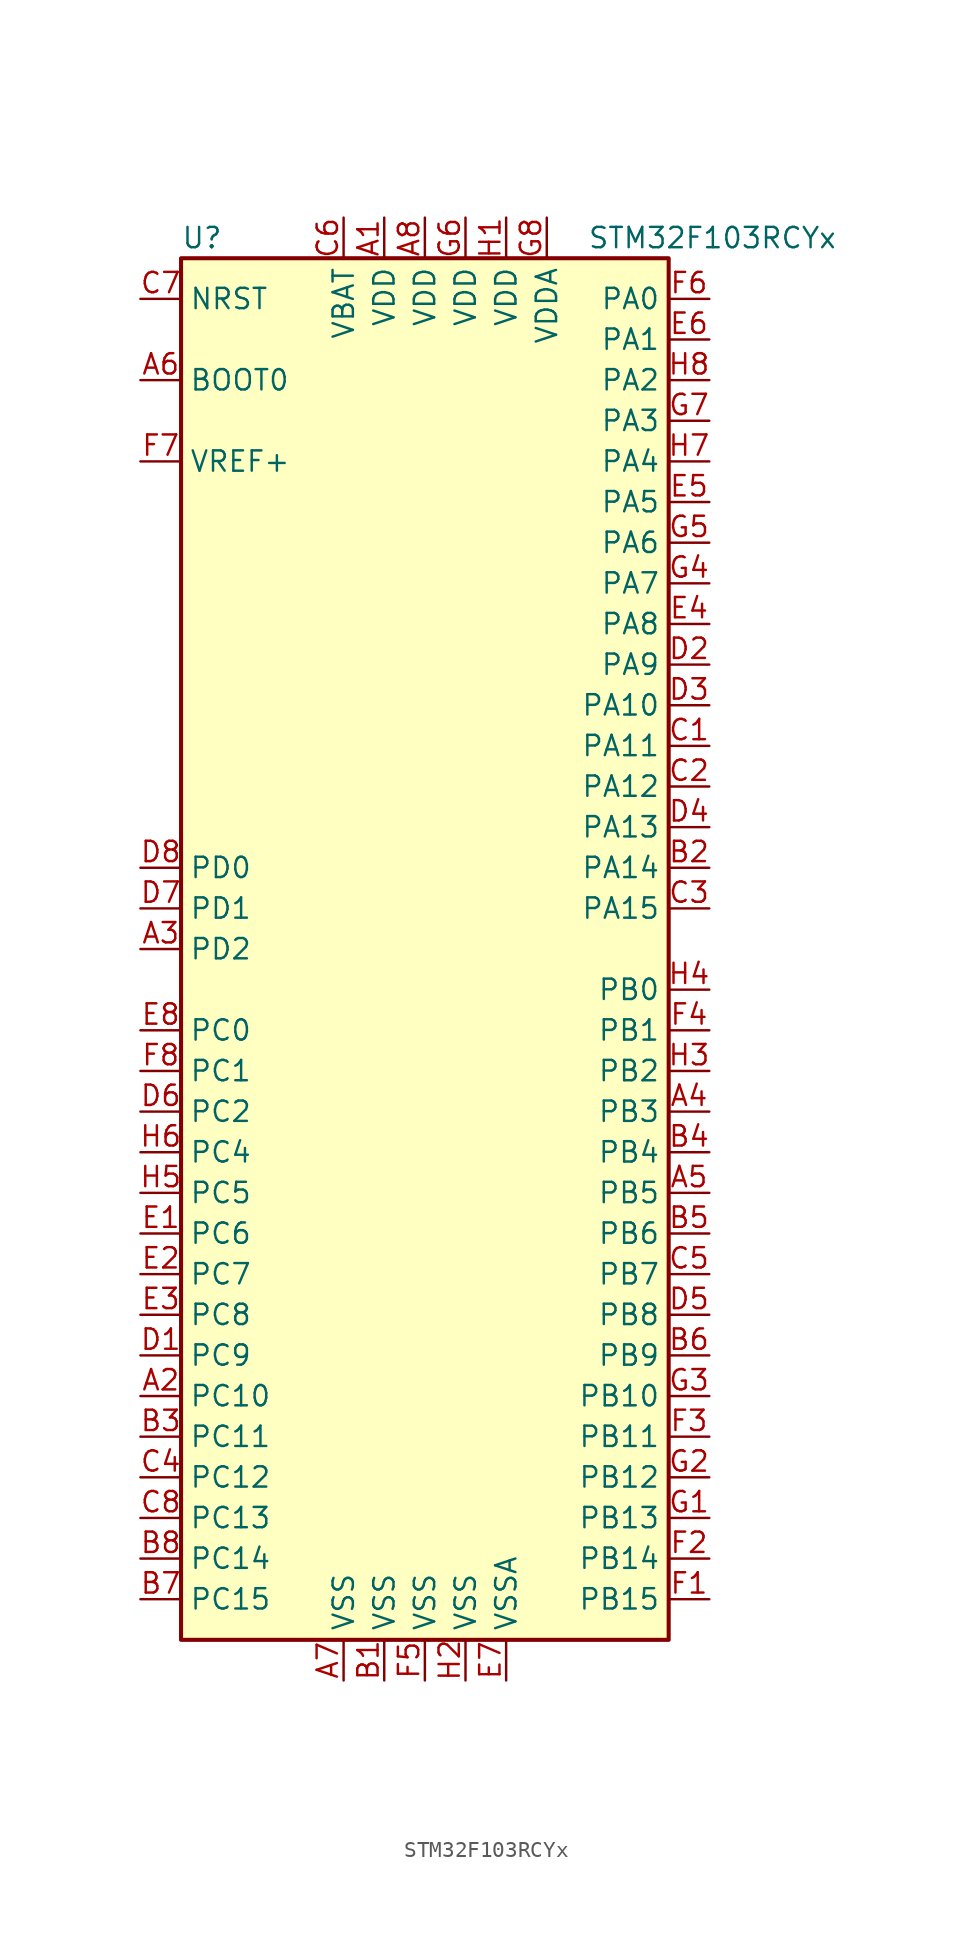
<source format=kicad_sym>
(kicad_symbol_lib
  (version 20201005)
  (generator kicad_symbol_editor)
  (symbol "STM32F103RCYx"
    (property "Reference" "U"
      (at -15.24 44.45 0)
      (effects (font (size 1.27 1.27)) (justify left)))
    (property "Value" "STM32F103RCYx"
      (at 10.16 44.45 0)
      (effects (font (size 1.27 1.27)) (justify left)))
    (symbol "STM32F103RCYx_0_1"
      (rectangle (start -15.24 -43.18) (end 15.24 43.18) (stroke (width 0.254)) (fill (type background))))
    (symbol "STM32F103RCYx_1_1"
      (pin power_in line (at -2.54 45.72 270) (length 2.54) (name "VDD" (effects (font (size 1.27 1.27)))) (number "A1" (effects (font (size 1.27 1.27)))))
      (pin bidirectional line (at -17.78 -27.94 0) (length 2.54) (name "PC10" (effects (font (size 1.27 1.27)))) (number "A2" (effects (font (size 1.27 1.27)))))
      (pin bidirectional line (at -17.78 0 0) (length 2.54) (name "PD2" (effects (font (size 1.27 1.27)))) (number "A3" (effects (font (size 1.27 1.27)))))
      (pin bidirectional line (at 17.78 -10.16 180) (length 2.54) (name "PB3" (effects (font (size 1.27 1.27)))) (number "A4" (effects (font (size 1.27 1.27)))))
      (pin bidirectional line (at 17.78 -15.24 180) (length 2.54) (name "PB5" (effects (font (size 1.27 1.27)))) (number "A5" (effects (font (size 1.27 1.27)))))
      (pin input line (at -17.78 35.56 0) (length 2.54) (name "BOOT0" (effects (font (size 1.27 1.27)))) (number "A6" (effects (font (size 1.27 1.27)))))
      (pin power_in line (at -5.08 -45.72 90) (length 2.54) (name "VSS" (effects (font (size 1.27 1.27)))) (number "A7" (effects (font (size 1.27 1.27)))))
      (pin power_in line (at 0 45.72 270) (length 2.54) (name "VDD" (effects (font (size 1.27 1.27)))) (number "A8" (effects (font (size 1.27 1.27)))))
      (pin power_in line (at -2.54 -45.72 90) (length 2.54) (name "VSS" (effects (font (size 1.27 1.27)))) (number "B1" (effects (font (size 1.27 1.27)))))
      (pin bidirectional line (at 17.78 5.08 180) (length 2.54) (name "PA14" (effects (font (size 1.27 1.27)))) (number "B2" (effects (font (size 1.27 1.27)))))
      (pin bidirectional line (at -17.78 -30.48 0) (length 2.54) (name "PC11" (effects (font (size 1.27 1.27)))) (number "B3" (effects (font (size 1.27 1.27)))))
      (pin bidirectional line (at 17.78 -12.7 180) (length 2.54) (name "PB4" (effects (font (size 1.27 1.27)))) (number "B4" (effects (font (size 1.27 1.27)))))
      (pin bidirectional line (at 17.78 -17.78 180) (length 2.54) (name "PB6" (effects (font (size 1.27 1.27)))) (number "B5" (effects (font (size 1.27 1.27)))))
      (pin bidirectional line (at 17.78 -25.4 180) (length 2.54) (name "PB9" (effects (font (size 1.27 1.27)))) (number "B6" (effects (font (size 1.27 1.27)))))
      (pin bidirectional line (at -17.78 -40.64 0) (length 2.54) (name "PC15" (effects (font (size 1.27 1.27)))) (number "B7" (effects (font (size 1.27 1.27)))))
      (pin bidirectional line (at -17.78 -38.1 0) (length 2.54) (name "PC14" (effects (font (size 1.27 1.27)))) (number "B8" (effects (font (size 1.27 1.27)))))
      (pin bidirectional line (at 17.78 12.7 180) (length 2.54) (name "PA11" (effects (font (size 1.27 1.27)))) (number "C1" (effects (font (size 1.27 1.27)))))
      (pin bidirectional line (at 17.78 10.16 180) (length 2.54) (name "PA12" (effects (font (size 1.27 1.27)))) (number "C2" (effects (font (size 1.27 1.27)))))
      (pin bidirectional line (at 17.78 2.54 180) (length 2.54) (name "PA15" (effects (font (size 1.27 1.27)))) (number "C3" (effects (font (size 1.27 1.27)))))
      (pin bidirectional line (at -17.78 -33.02 0) (length 2.54) (name "PC12" (effects (font (size 1.27 1.27)))) (number "C4" (effects (font (size 1.27 1.27)))))
      (pin bidirectional line (at 17.78 -20.32 180) (length 2.54) (name "PB7" (effects (font (size 1.27 1.27)))) (number "C5" (effects (font (size 1.27 1.27)))))
      (pin power_in line (at -5.08 45.72 270) (length 2.54) (name "VBAT" (effects (font (size 1.27 1.27)))) (number "C6" (effects (font (size 1.27 1.27)))))
      (pin input line (at -17.78 40.64 0) (length 2.54) (name "NRST" (effects (font (size 1.27 1.27)))) (number "C7" (effects (font (size 1.27 1.27)))))
      (pin bidirectional line (at -17.78 -35.56 0) (length 2.54) (name "PC13" (effects (font (size 1.27 1.27)))) (number "C8" (effects (font (size 1.27 1.27)))))
      (pin bidirectional line (at -17.78 -25.4 0) (length 2.54) (name "PC9" (effects (font (size 1.27 1.27)))) (number "D1" (effects (font (size 1.27 1.27)))))
      (pin bidirectional line (at 17.78 17.78 180) (length 2.54) (name "PA9" (effects (font (size 1.27 1.27)))) (number "D2" (effects (font (size 1.27 1.27)))))
      (pin bidirectional line (at 17.78 15.24 180) (length 2.54) (name "PA10" (effects (font (size 1.27 1.27)))) (number "D3" (effects (font (size 1.27 1.27)))))
      (pin bidirectional line (at 17.78 7.62 180) (length 2.54) (name "PA13" (effects (font (size 1.27 1.27)))) (number "D4" (effects (font (size 1.27 1.27)))))
      (pin bidirectional line (at 17.78 -22.86 180) (length 2.54) (name "PB8" (effects (font (size 1.27 1.27)))) (number "D5" (effects (font (size 1.27 1.27)))))
      (pin bidirectional line (at -17.78 -10.16 0) (length 2.54) (name "PC2" (effects (font (size 1.27 1.27)))) (number "D6" (effects (font (size 1.27 1.27)))))
      (pin input line (at -17.78 2.54 0) (length 2.54) (name "PD1" (effects (font (size 1.27 1.27)))) (number "D7" (effects (font (size 1.27 1.27)))))
      (pin input line (at -17.78 5.08 0) (length 2.54) (name "PD0" (effects (font (size 1.27 1.27)))) (number "D8" (effects (font (size 1.27 1.27)))))
      (pin bidirectional line (at -17.78 -17.78 0) (length 2.54) (name "PC6" (effects (font (size 1.27 1.27)))) (number "E1" (effects (font (size 1.27 1.27)))))
      (pin bidirectional line (at -17.78 -20.32 0) (length 2.54) (name "PC7" (effects (font (size 1.27 1.27)))) (number "E2" (effects (font (size 1.27 1.27)))))
      (pin bidirectional line (at -17.78 -22.86 0) (length 2.54) (name "PC8" (effects (font (size 1.27 1.27)))) (number "E3" (effects (font (size 1.27 1.27)))))
      (pin bidirectional line (at 17.78 20.32 180) (length 2.54) (name "PA8" (effects (font (size 1.27 1.27)))) (number "E4" (effects (font (size 1.27 1.27)))))
      (pin bidirectional line (at 17.78 27.94 180) (length 2.54) (name "PA5" (effects (font (size 1.27 1.27)))) (number "E5" (effects (font (size 1.27 1.27)))))
      (pin bidirectional line (at 17.78 38.1 180) (length 2.54) (name "PA1" (effects (font (size 1.27 1.27)))) (number "E6" (effects (font (size 1.27 1.27)))))
      (pin power_in line (at 5.08 -45.72 90) (length 2.54) (name "VSSA" (effects (font (size 1.27 1.27)))) (number "E7" (effects (font (size 1.27 1.27)))))
      (pin bidirectional line (at -17.78 -5.08 0) (length 2.54) (name "PC0" (effects (font (size 1.27 1.27)))) (number "E8" (effects (font (size 1.27 1.27)))))
      (pin bidirectional line (at 17.78 -40.64 180) (length 2.54) (name "PB15" (effects (font (size 1.27 1.27)))) (number "F1" (effects (font (size 1.27 1.27)))))
      (pin bidirectional line (at 17.78 -38.1 180) (length 2.54) (name "PB14" (effects (font (size 1.27 1.27)))) (number "F2" (effects (font (size 1.27 1.27)))))
      (pin bidirectional line (at 17.78 -30.48 180) (length 2.54) (name "PB11" (effects (font (size 1.27 1.27)))) (number "F3" (effects (font (size 1.27 1.27)))))
      (pin bidirectional line (at 17.78 -5.08 180) (length 2.54) (name "PB1" (effects (font (size 1.27 1.27)))) (number "F4" (effects (font (size 1.27 1.27)))))
      (pin power_in line (at 0 -45.72 90) (length 2.54) (name "VSS" (effects (font (size 1.27 1.27)))) (number "F5" (effects (font (size 1.27 1.27)))))
      (pin bidirectional line (at 17.78 40.64 180) (length 2.54) (name "PA0" (effects (font (size 1.27 1.27)))) (number "F6" (effects (font (size 1.27 1.27)))))
      (pin power_in line (at -17.78 30.48 0) (length 2.54) (name "VREF+" (effects (font (size 1.27 1.27)))) (number "F7" (effects (font (size 1.27 1.27)))))
      (pin bidirectional line (at -17.78 -7.62 0) (length 2.54) (name "PC1" (effects (font (size 1.27 1.27)))) (number "F8" (effects (font (size 1.27 1.27)))))
      (pin bidirectional line (at 17.78 -35.56 180) (length 2.54) (name "PB13" (effects (font (size 1.27 1.27)))) (number "G1" (effects (font (size 1.27 1.27)))))
      (pin bidirectional line (at 17.78 -33.02 180) (length 2.54) (name "PB12" (effects (font (size 1.27 1.27)))) (number "G2" (effects (font (size 1.27 1.27)))))
      (pin bidirectional line (at 17.78 -27.94 180) (length 2.54) (name "PB10" (effects (font (size 1.27 1.27)))) (number "G3" (effects (font (size 1.27 1.27)))))
      (pin bidirectional line (at 17.78 22.86 180) (length 2.54) (name "PA7" (effects (font (size 1.27 1.27)))) (number "G4" (effects (font (size 1.27 1.27)))))
      (pin bidirectional line (at 17.78 25.4 180) (length 2.54) (name "PA6" (effects (font (size 1.27 1.27)))) (number "G5" (effects (font (size 1.27 1.27)))))
      (pin power_in line (at 2.54 45.72 270) (length 2.54) (name "VDD" (effects (font (size 1.27 1.27)))) (number "G6" (effects (font (size 1.27 1.27)))))
      (pin bidirectional line (at 17.78 33.02 180) (length 2.54) (name "PA3" (effects (font (size 1.27 1.27)))) (number "G7" (effects (font (size 1.27 1.27)))))
      (pin power_in line (at 7.62 45.72 270) (length 2.54) (name "VDDA" (effects (font (size 1.27 1.27)))) (number "G8" (effects (font (size 1.27 1.27)))))
      (pin power_in line (at 5.08 45.72 270) (length 2.54) (name "VDD" (effects (font (size 1.27 1.27)))) (number "H1" (effects (font (size 1.27 1.27)))))
      (pin power_in line (at 2.54 -45.72 90) (length 2.54) (name "VSS" (effects (font (size 1.27 1.27)))) (number "H2" (effects (font (size 1.27 1.27)))))
      (pin bidirectional line (at 17.78 -7.62 180) (length 2.54) (name "PB2" (effects (font (size 1.27 1.27)))) (number "H3" (effects (font (size 1.27 1.27)))))
      (pin bidirectional line (at 17.78 -2.54 180) (length 2.54) (name "PB0" (effects (font (size 1.27 1.27)))) (number "H4" (effects (font (size 1.27 1.27)))))
      (pin bidirectional line (at -17.78 -15.24 0) (length 2.54) (name "PC5" (effects (font (size 1.27 1.27)))) (number "H5" (effects (font (size 1.27 1.27)))))
      (pin bidirectional line (at -17.78 -12.7 0) (length 2.54) (name "PC4" (effects (font (size 1.27 1.27)))) (number "H6" (effects (font (size 1.27 1.27)))))
      (pin bidirectional line (at 17.78 30.48 180) (length 2.54) (name "PA4" (effects (font (size 1.27 1.27)))) (number "H7" (effects (font (size 1.27 1.27)))))
      (pin bidirectional line (at 17.78 35.56 180) (length 2.54) (name "PA2" (effects (font (size 1.27 1.27)))) (number "H8" (effects (font (size 1.27 1.27))))))))
</source>
